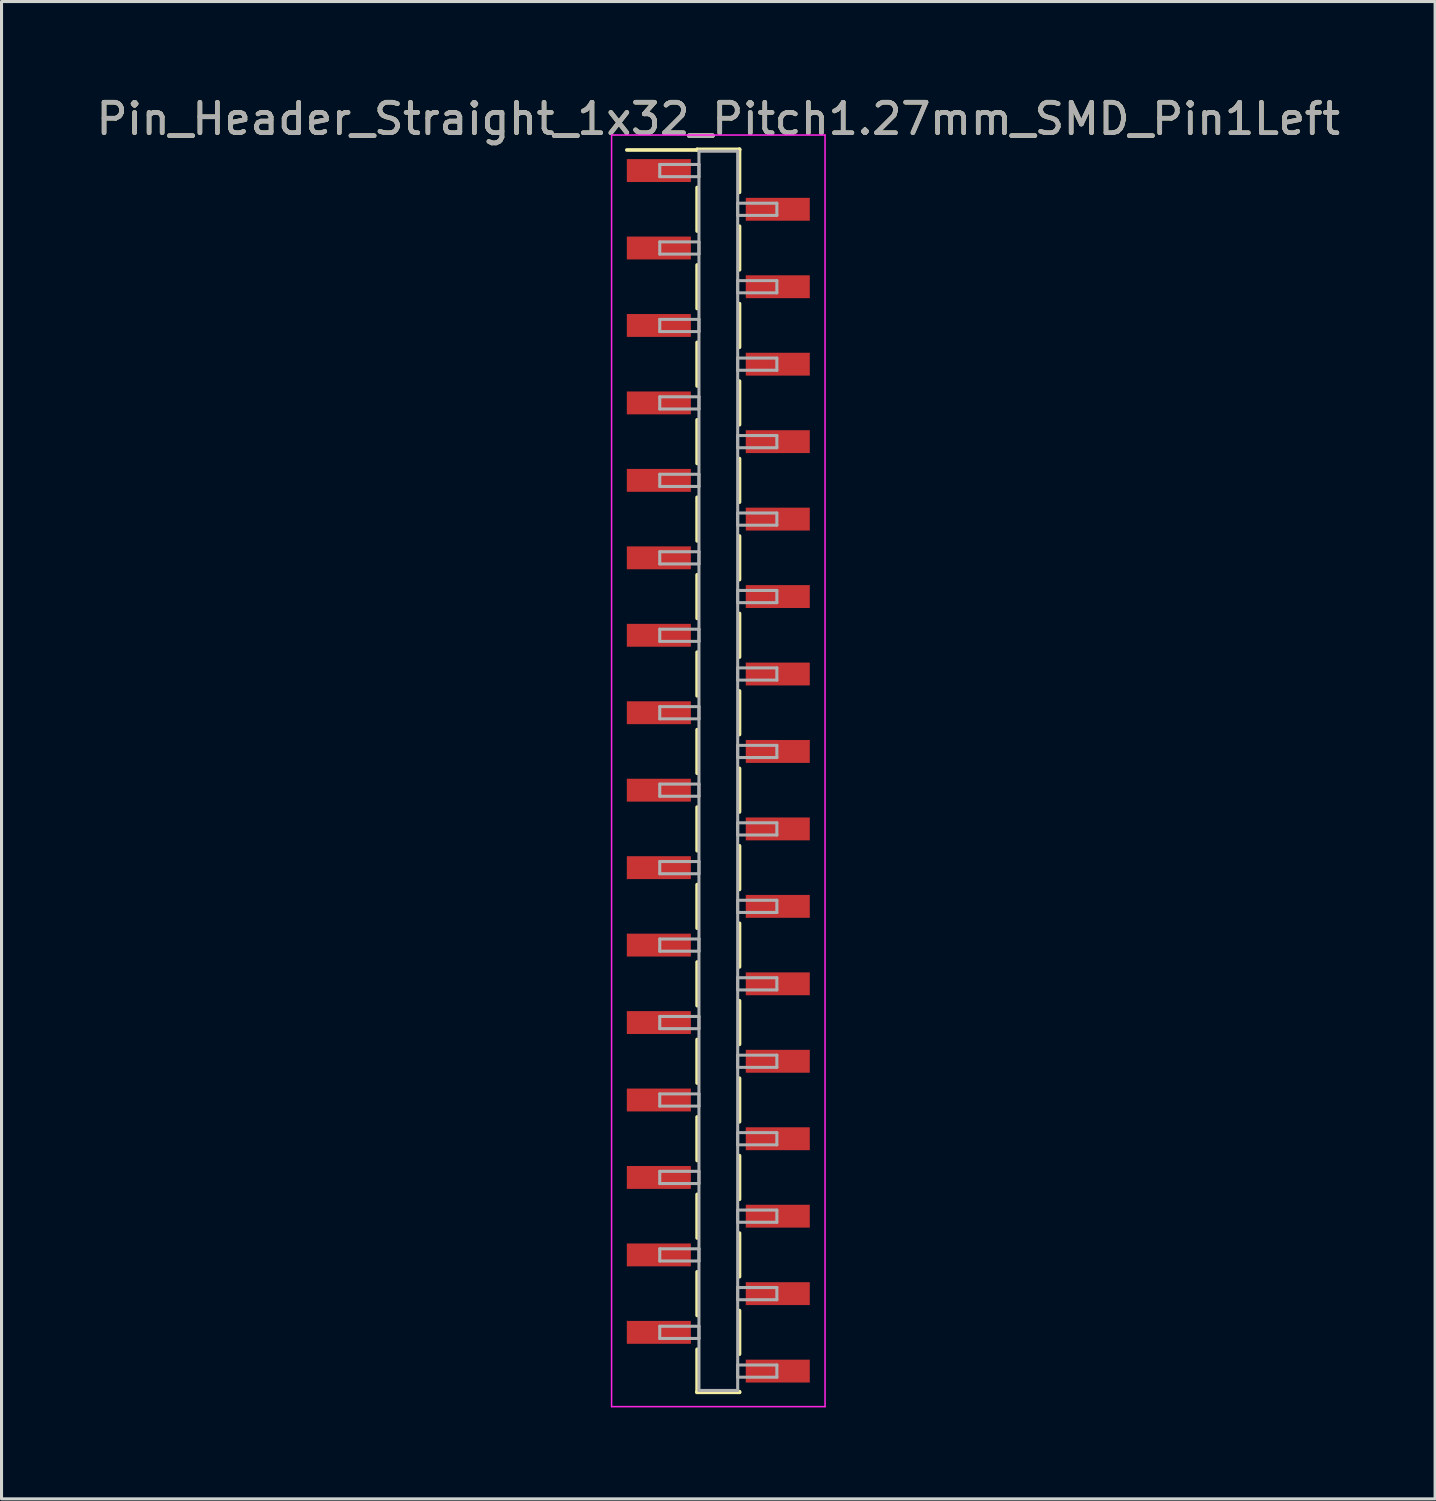
<source format=kicad_pcb>
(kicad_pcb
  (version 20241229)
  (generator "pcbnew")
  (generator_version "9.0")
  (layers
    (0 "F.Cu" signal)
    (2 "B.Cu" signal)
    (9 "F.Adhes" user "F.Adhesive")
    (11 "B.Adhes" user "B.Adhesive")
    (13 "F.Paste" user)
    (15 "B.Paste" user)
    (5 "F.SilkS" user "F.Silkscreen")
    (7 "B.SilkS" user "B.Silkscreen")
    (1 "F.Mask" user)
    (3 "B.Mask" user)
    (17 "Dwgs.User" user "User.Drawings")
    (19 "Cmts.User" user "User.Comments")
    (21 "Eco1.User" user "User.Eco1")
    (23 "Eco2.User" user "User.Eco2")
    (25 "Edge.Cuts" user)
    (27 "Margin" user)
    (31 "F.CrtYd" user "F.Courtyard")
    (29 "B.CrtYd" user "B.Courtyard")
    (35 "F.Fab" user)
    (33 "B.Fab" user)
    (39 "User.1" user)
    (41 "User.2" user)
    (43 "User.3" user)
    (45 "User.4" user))
  (footprint "Pin_Header_Straight_1x32_Pitch1.27mm_SMD_Pin1Left"
    (layer "F.Cu")
    (at 20.506 22.228)
    (property "Reference" "Pin_Header_Straight_1x32_Pitch1.27mm_SMD_Pin1Left" (at 0 -21.38 0) (layer "F.SilkS") (effects (font (size 1 1) (thickness 0.15))))
    (attr smd)
    (fp_line (start -0.695 -20.38) (end 0.695 -20.38) (stroke (width 0.12) (type solid)) (layer "F.SilkS"))
    (fp_line (start -0.695 -20.36) (end -3 -20.36) (stroke (width 0.12) (type solid)) (layer "F.SilkS"))
    (fp_line (start -0.695 -20.36) (end -0.695 -20.38) (stroke (width 0.12) (type solid)) (layer "F.SilkS"))
    (fp_line (start -0.695 -19.13) (end -0.695 -17.7) (stroke (width 0.12) (type solid)) (layer "F.SilkS"))
    (fp_line (start -0.695 -16.59) (end -0.695 -15.16) (stroke (width 0.12) (type solid)) (layer "F.SilkS"))
    (fp_line (start -0.695 -14.05) (end -0.695 -12.62) (stroke (width 0.12) (type solid)) (layer "F.SilkS"))
    (fp_line (start -0.695 -11.51) (end -0.695 -10.08) (stroke (width 0.12) (type solid)) (layer "F.SilkS"))
    (fp_line (start -0.695 -8.97) (end -0.695 -7.54) (stroke (width 0.12) (type solid)) (layer "F.SilkS"))
    (fp_line (start -0.695 -6.43) (end -0.695 -5) (stroke (width 0.12) (type solid)) (layer "F.SilkS"))
    (fp_line (start -0.695 -3.89) (end -0.695 -2.46) (stroke (width 0.12) (type solid)) (layer "F.SilkS"))
    (fp_line (start -0.695 -1.35) (end -0.695 0.08) (stroke (width 0.12) (type solid)) (layer "F.SilkS"))
    (fp_line (start -0.695 1.19) (end -0.695 2.62) (stroke (width 0.12) (type solid)) (layer "F.SilkS"))
    (fp_line (start -0.695 3.73) (end -0.695 5.16) (stroke (width 0.12) (type solid)) (layer "F.SilkS"))
    (fp_line (start -0.695 6.27) (end -0.695 7.7) (stroke (width 0.12) (type solid)) (layer "F.SilkS"))
    (fp_line (start -0.695 8.81) (end -0.695 10.24) (stroke (width 0.12) (type solid)) (layer "F.SilkS"))
    (fp_line (start -0.695 11.35) (end -0.695 12.78) (stroke (width 0.12) (type solid)) (layer "F.SilkS"))
    (fp_line (start -0.695 13.89) (end -0.695 15.32) (stroke (width 0.12) (type solid)) (layer "F.SilkS"))
    (fp_line (start -0.695 16.43) (end -0.695 17.86) (stroke (width 0.12) (type solid)) (layer "F.SilkS"))
    (fp_line (start -0.695 18.97) (end -0.695 20.38) (stroke (width 0.12) (type solid)) (layer "F.SilkS"))
    (fp_line (start -0.695 20.36) (end -0.695 20.38) (stroke (width 0.12) (type solid)) (layer "F.SilkS"))
    (fp_line (start -0.695 20.38) (end 0.695 20.38) (stroke (width 0.12) (type solid)) (layer "F.SilkS"))
    (fp_line (start 0.695 -20.38) (end 0.695 -20.36) (stroke (width 0.12) (type solid)) (layer "F.SilkS"))
    (fp_line (start 0.695 -20.38) (end 0.695 -18.97) (stroke (width 0.12) (type solid)) (layer "F.SilkS"))
    (fp_line (start 0.695 -17.86) (end 0.695 -16.43) (stroke (width 0.12) (type solid)) (layer "F.SilkS"))
    (fp_line (start 0.695 -15.32) (end 0.695 -13.89) (stroke (width 0.12) (type solid)) (layer "F.SilkS"))
    (fp_line (start 0.695 -12.78) (end 0.695 -11.35) (stroke (width 0.12) (type solid)) (layer "F.SilkS"))
    (fp_line (start 0.695 -10.24) (end 0.695 -8.81) (stroke (width 0.12) (type solid)) (layer "F.SilkS"))
    (fp_line (start 0.695 -7.7) (end 0.695 -6.27) (stroke (width 0.12) (type solid)) (layer "F.SilkS"))
    (fp_line (start 0.695 -5.16) (end 0.695 -3.73) (stroke (width 0.12) (type solid)) (layer "F.SilkS"))
    (fp_line (start 0.695 -2.62) (end 0.695 -1.19) (stroke (width 0.12) (type solid)) (layer "F.SilkS"))
    (fp_line (start 0.695 -0.08) (end 0.695 1.35) (stroke (width 0.12) (type solid)) (layer "F.SilkS"))
    (fp_line (start 0.695 2.46) (end 0.695 3.89) (stroke (width 0.12) (type solid)) (layer "F.SilkS"))
    (fp_line (start 0.695 5) (end 0.695 6.43) (stroke (width 0.12) (type solid)) (layer "F.SilkS"))
    (fp_line (start 0.695 7.54) (end 0.695 8.97) (stroke (width 0.12) (type solid)) (layer "F.SilkS"))
    (fp_line (start 0.695 10.08) (end 0.695 11.51) (stroke (width 0.12) (type solid)) (layer "F.SilkS"))
    (fp_line (start 0.695 12.62) (end 0.695 14.05) (stroke (width 0.12) (type solid)) (layer "F.SilkS"))
    (fp_line (start 0.695 15.16) (end 0.695 16.59) (stroke (width 0.12) (type solid)) (layer "F.SilkS"))
    (fp_line (start 0.695 17.7) (end 0.695 19.13) (stroke (width 0.12) (type solid)) (layer "F.SilkS"))
    (fp_line (start 0.695 20.38) (end 0.695 20.36) (stroke (width 0.12) (type solid)) (layer "F.SilkS"))
    (fp_line (start -3.5 -20.85) (end -3.5 20.85) (stroke (width 0.05) (type solid)) (layer "F.CrtYd"))
    (fp_line (start -3.5 20.85) (end 3.5 20.85) (stroke (width 0.05) (type solid)) (layer "F.CrtYd"))
    (fp_line (start 3.5 -20.85) (end -3.5 -20.85) (stroke (width 0.05) (type solid)) (layer "F.CrtYd"))
    (fp_line (start 3.5 20.85) (end 3.5 -20.85) (stroke (width 0.05) (type solid)) (layer "F.CrtYd"))
    (fp_line (start -1.92 -19.885) (end -0.635 -19.885) (stroke (width 0.1) (type solid)) (layer "F.Fab"))
    (fp_line (start -1.92 -19.485) (end -1.92 -19.885) (stroke (width 0.1) (type solid)) (layer "F.Fab"))
    (fp_line (start -1.92 -17.345) (end -0.635 -17.345) (stroke (width 0.1) (type solid)) (layer "F.Fab"))
    (fp_line (start -1.92 -16.945) (end -1.92 -17.345) (stroke (width 0.1) (type solid)) (layer "F.Fab"))
    (fp_line (start -1.92 -14.805) (end -0.635 -14.805) (stroke (width 0.1) (type solid)) (layer "F.Fab"))
    (fp_line (start -1.92 -14.405) (end -1.92 -14.805) (stroke (width 0.1) (type solid)) (layer "F.Fab"))
    (fp_line (start -1.92 -12.265) (end -0.635 -12.265) (stroke (width 0.1) (type solid)) (layer "F.Fab"))
    (fp_line (start -1.92 -11.865) (end -1.92 -12.265) (stroke (width 0.1) (type solid)) (layer "F.Fab"))
    (fp_line (start -1.92 -9.725) (end -0.635 -9.725) (stroke (width 0.1) (type solid)) (layer "F.Fab"))
    (fp_line (start -1.92 -9.325) (end -1.92 -9.725) (stroke (width 0.1) (type solid)) (layer "F.Fab"))
    (fp_line (start -1.92 -7.185) (end -0.635 -7.185) (stroke (width 0.1) (type solid)) (layer "F.Fab"))
    (fp_line (start -1.92 -6.785) (end -1.92 -7.185) (stroke (width 0.1) (type solid)) (layer "F.Fab"))
    (fp_line (start -1.92 -4.645) (end -0.635 -4.645) (stroke (width 0.1) (type solid)) (layer "F.Fab"))
    (fp_line (start -1.92 -4.245) (end -1.92 -4.645) (stroke (width 0.1) (type solid)) (layer "F.Fab"))
    (fp_line (start -1.92 -2.105) (end -0.635 -2.105) (stroke (width 0.1) (type solid)) (layer "F.Fab"))
    (fp_line (start -1.92 -1.705) (end -1.92 -2.105) (stroke (width 0.1) (type solid)) (layer "F.Fab"))
    (fp_line (start -1.92 0.435) (end -0.635 0.435) (stroke (width 0.1) (type solid)) (layer "F.Fab"))
    (fp_line (start -1.92 0.835) (end -1.92 0.435) (stroke (width 0.1) (type solid)) (layer "F.Fab"))
    (fp_line (start -1.92 2.975) (end -0.635 2.975) (stroke (width 0.1) (type solid)) (layer "F.Fab"))
    (fp_line (start -1.92 3.375) (end -1.92 2.975) (stroke (width 0.1) (type solid)) (layer "F.Fab"))
    (fp_line (start -1.92 5.515) (end -0.635 5.515) (stroke (width 0.1) (type solid)) (layer "F.Fab"))
    (fp_line (start -1.92 5.915) (end -1.92 5.515) (stroke (width 0.1) (type solid)) (layer "F.Fab"))
    (fp_line (start -1.92 8.055) (end -0.635 8.055) (stroke (width 0.1) (type solid)) (layer "F.Fab"))
    (fp_line (start -1.92 8.455) (end -1.92 8.055) (stroke (width 0.1) (type solid)) (layer "F.Fab"))
    (fp_line (start -1.92 10.595) (end -0.635 10.595) (stroke (width 0.1) (type solid)) (layer "F.Fab"))
    (fp_line (start -1.92 10.995) (end -1.92 10.595) (stroke (width 0.1) (type solid)) (layer "F.Fab"))
    (fp_line (start -1.92 13.135) (end -0.635 13.135) (stroke (width 0.1) (type solid)) (layer "F.Fab"))
    (fp_line (start -1.92 13.535) (end -1.92 13.135) (stroke (width 0.1) (type solid)) (layer "F.Fab"))
    (fp_line (start -1.92 15.675) (end -0.635 15.675) (stroke (width 0.1) (type solid)) (layer "F.Fab"))
    (fp_line (start -1.92 16.075) (end -1.92 15.675) (stroke (width 0.1) (type solid)) (layer "F.Fab"))
    (fp_line (start -1.92 18.215) (end -0.635 18.215) (stroke (width 0.1) (type solid)) (layer "F.Fab"))
    (fp_line (start -1.92 18.615) (end -1.92 18.215) (stroke (width 0.1) (type solid)) (layer "F.Fab"))
    (fp_line (start -0.635 -20.32) (end -0.635 20.32) (stroke (width 0.1) (type solid)) (layer "F.Fab"))
    (fp_line (start -0.635 -19.885) (end -0.635 -19.485) (stroke (width 0.1) (type solid)) (layer "F.Fab"))
    (fp_line (start -0.635 -19.485) (end -1.92 -19.485) (stroke (width 0.1) (type solid)) (layer "F.Fab"))
    (fp_line (start -0.635 -17.345) (end -0.635 -16.945) (stroke (width 0.1) (type solid)) (layer "F.Fab"))
    (fp_line (start -0.635 -16.945) (end -1.92 -16.945) (stroke (width 0.1) (type solid)) (layer "F.Fab"))
    (fp_line (start -0.635 -14.805) (end -0.635 -14.405) (stroke (width 0.1) (type solid)) (layer "F.Fab"))
    (fp_line (start -0.635 -14.405) (end -1.92 -14.405) (stroke (width 0.1) (type solid)) (layer "F.Fab"))
    (fp_line (start -0.635 -12.265) (end -0.635 -11.865) (stroke (width 0.1) (type solid)) (layer "F.Fab"))
    (fp_line (start -0.635 -11.865) (end -1.92 -11.865) (stroke (width 0.1) (type solid)) (layer "F.Fab"))
    (fp_line (start -0.635 -9.725) (end -0.635 -9.325) (stroke (width 0.1) (type solid)) (layer "F.Fab"))
    (fp_line (start -0.635 -9.325) (end -1.92 -9.325) (stroke (width 0.1) (type solid)) (layer "F.Fab"))
    (fp_line (start -0.635 -7.185) (end -0.635 -6.785) (stroke (width 0.1) (type solid)) (layer "F.Fab"))
    (fp_line (start -0.635 -6.785) (end -1.92 -6.785) (stroke (width 0.1) (type solid)) (layer "F.Fab"))
    (fp_line (start -0.635 -4.645) (end -0.635 -4.245) (stroke (width 0.1) (type solid)) (layer "F.Fab"))
    (fp_line (start -0.635 -4.245) (end -1.92 -4.245) (stroke (width 0.1) (type solid)) (layer "F.Fab"))
    (fp_line (start -0.635 -2.105) (end -0.635 -1.705) (stroke (width 0.1) (type solid)) (layer "F.Fab"))
    (fp_line (start -0.635 -1.705) (end -1.92 -1.705) (stroke (width 0.1) (type solid)) (layer "F.Fab"))
    (fp_line (start -0.635 0.435) (end -0.635 0.835) (stroke (width 0.1) (type solid)) (layer "F.Fab"))
    (fp_line (start -0.635 0.835) (end -1.92 0.835) (stroke (width 0.1) (type solid)) (layer "F.Fab"))
    (fp_line (start -0.635 2.975) (end -0.635 3.375) (stroke (width 0.1) (type solid)) (layer "F.Fab"))
    (fp_line (start -0.635 3.375) (end -1.92 3.375) (stroke (width 0.1) (type solid)) (layer "F.Fab"))
    (fp_line (start -0.635 5.515) (end -0.635 5.915) (stroke (width 0.1) (type solid)) (layer "F.Fab"))
    (fp_line (start -0.635 5.915) (end -1.92 5.915) (stroke (width 0.1) (type solid)) (layer "F.Fab"))
    (fp_line (start -0.635 8.055) (end -0.635 8.455) (stroke (width 0.1) (type solid)) (layer "F.Fab"))
    (fp_line (start -0.635 8.455) (end -1.92 8.455) (stroke (width 0.1) (type solid)) (layer "F.Fab"))
    (fp_line (start -0.635 10.595) (end -0.635 10.995) (stroke (width 0.1) (type solid)) (layer "F.Fab"))
    (fp_line (start -0.635 10.995) (end -1.92 10.995) (stroke (width 0.1) (type solid)) (layer "F.Fab"))
    (fp_line (start -0.635 13.135) (end -0.635 13.535) (stroke (width 0.1) (type solid)) (layer "F.Fab"))
    (fp_line (start -0.635 13.535) (end -1.92 13.535) (stroke (width 0.1) (type solid)) (layer "F.Fab"))
    (fp_line (start -0.635 15.675) (end -0.635 16.075) (stroke (width 0.1) (type solid)) (layer "F.Fab"))
    (fp_line (start -0.635 16.075) (end -1.92 16.075) (stroke (width 0.1) (type solid)) (layer "F.Fab"))
    (fp_line (start -0.635 18.215) (end -0.635 18.615) (stroke (width 0.1) (type solid)) (layer "F.Fab"))
    (fp_line (start -0.635 18.615) (end -1.92 18.615) (stroke (width 0.1) (type solid)) (layer "F.Fab"))
    (fp_line (start -0.635 20.32) (end 0.635 20.32) (stroke (width 0.1) (type solid)) (layer "F.Fab"))
    (fp_line (start 0.635 -20.32) (end -0.635 -20.32) (stroke (width 0.1) (type solid)) (layer "F.Fab"))
    (fp_line (start 0.635 -18.615) (end 0.635 -18.215) (stroke (width 0.1) (type solid)) (layer "F.Fab"))
    (fp_line (start 0.635 -18.215) (end 1.92 -18.215) (stroke (width 0.1) (type solid)) (layer "F.Fab"))
    (fp_line (start 0.635 -16.075) (end 0.635 -15.675) (stroke (width 0.1) (type solid)) (layer "F.Fab"))
    (fp_line (start 0.635 -15.675) (end 1.92 -15.675) (stroke (width 0.1) (type solid)) (layer "F.Fab"))
    (fp_line (start 0.635 -13.535) (end 0.635 -13.135) (stroke (width 0.1) (type solid)) (layer "F.Fab"))
    (fp_line (start 0.635 -13.135) (end 1.92 -13.135) (stroke (width 0.1) (type solid)) (layer "F.Fab"))
    (fp_line (start 0.635 -10.995) (end 0.635 -10.595) (stroke (width 0.1) (type solid)) (layer "F.Fab"))
    (fp_line (start 0.635 -10.595) (end 1.92 -10.595) (stroke (width 0.1) (type solid)) (layer "F.Fab"))
    (fp_line (start 0.635 -8.455) (end 0.635 -8.055) (stroke (width 0.1) (type solid)) (layer "F.Fab"))
    (fp_line (start 0.635 -8.055) (end 1.92 -8.055) (stroke (width 0.1) (type solid)) (layer "F.Fab"))
    (fp_line (start 0.635 -5.915) (end 0.635 -5.515) (stroke (width 0.1) (type solid)) (layer "F.Fab"))
    (fp_line (start 0.635 -5.515) (end 1.92 -5.515) (stroke (width 0.1) (type solid)) (layer "F.Fab"))
    (fp_line (start 0.635 -3.375) (end 0.635 -2.975) (stroke (width 0.1) (type solid)) (layer "F.Fab"))
    (fp_line (start 0.635 -2.975) (end 1.92 -2.975) (stroke (width 0.1) (type solid)) (layer "F.Fab"))
    (fp_line (start 0.635 -0.835) (end 0.635 -0.435) (stroke (width 0.1) (type solid)) (layer "F.Fab"))
    (fp_line (start 0.635 -0.435) (end 1.92 -0.435) (stroke (width 0.1) (type solid)) (layer "F.Fab"))
    (fp_line (start 0.635 1.705) (end 0.635 2.105) (stroke (width 0.1) (type solid)) (layer "F.Fab"))
    (fp_line (start 0.635 2.105) (end 1.92 2.105) (stroke (width 0.1) (type solid)) (layer "F.Fab"))
    (fp_line (start 0.635 4.245) (end 0.635 4.645) (stroke (width 0.1) (type solid)) (layer "F.Fab"))
    (fp_line (start 0.635 4.645) (end 1.92 4.645) (stroke (width 0.1) (type solid)) (layer "F.Fab"))
    (fp_line (start 0.635 6.785) (end 0.635 7.185) (stroke (width 0.1) (type solid)) (layer "F.Fab"))
    (fp_line (start 0.635 7.185) (end 1.92 7.185) (stroke (width 0.1) (type solid)) (layer "F.Fab"))
    (fp_line (start 0.635 9.325) (end 0.635 9.725) (stroke (width 0.1) (type solid)) (layer "F.Fab"))
    (fp_line (start 0.635 9.725) (end 1.92 9.725) (stroke (width 0.1) (type solid)) (layer "F.Fab"))
    (fp_line (start 0.635 11.865) (end 0.635 12.265) (stroke (width 0.1) (type solid)) (layer "F.Fab"))
    (fp_line (start 0.635 12.265) (end 1.92 12.265) (stroke (width 0.1) (type solid)) (layer "F.Fab"))
    (fp_line (start 0.635 14.405) (end 0.635 14.805) (stroke (width 0.1) (type solid)) (layer "F.Fab"))
    (fp_line (start 0.635 14.805) (end 1.92 14.805) (stroke (width 0.1) (type solid)) (layer "F.Fab"))
    (fp_line (start 0.635 16.945) (end 0.635 17.345) (stroke (width 0.1) (type solid)) (layer "F.Fab"))
    (fp_line (start 0.635 17.345) (end 1.92 17.345) (stroke (width 0.1) (type solid)) (layer "F.Fab"))
    (fp_line (start 0.635 19.485) (end 0.635 19.885) (stroke (width 0.1) (type solid)) (layer "F.Fab"))
    (fp_line (start 0.635 19.885) (end 1.92 19.885) (stroke (width 0.1) (type solid)) (layer "F.Fab"))
    (fp_line (start 0.635 20.32) (end 0.635 -20.32) (stroke (width 0.1) (type solid)) (layer "F.Fab"))
    (fp_line (start 1.92 -18.615) (end 0.635 -18.615) (stroke (width 0.1) (type solid)) (layer "F.Fab"))
    (fp_line (start 1.92 -18.215) (end 1.92 -18.615) (stroke (width 0.1) (type solid)) (layer "F.Fab"))
    (fp_line (start 1.92 -16.075) (end 0.635 -16.075) (stroke (width 0.1) (type solid)) (layer "F.Fab"))
    (fp_line (start 1.92 -15.675) (end 1.92 -16.075) (stroke (width 0.1) (type solid)) (layer "F.Fab"))
    (fp_line (start 1.92 -13.535) (end 0.635 -13.535) (stroke (width 0.1) (type solid)) (layer "F.Fab"))
    (fp_line (start 1.92 -13.135) (end 1.92 -13.535) (stroke (width 0.1) (type solid)) (layer "F.Fab"))
    (fp_line (start 1.92 -10.995) (end 0.635 -10.995) (stroke (width 0.1) (type solid)) (layer "F.Fab"))
    (fp_line (start 1.92 -10.595) (end 1.92 -10.995) (stroke (width 0.1) (type solid)) (layer "F.Fab"))
    (fp_line (start 1.92 -8.455) (end 0.635 -8.455) (stroke (width 0.1) (type solid)) (layer "F.Fab"))
    (fp_line (start 1.92 -8.055) (end 1.92 -8.455) (stroke (width 0.1) (type solid)) (layer "F.Fab"))
    (fp_line (start 1.92 -5.915) (end 0.635 -5.915) (stroke (width 0.1) (type solid)) (layer "F.Fab"))
    (fp_line (start 1.92 -5.515) (end 1.92 -5.915) (stroke (width 0.1) (type solid)) (layer "F.Fab"))
    (fp_line (start 1.92 -3.375) (end 0.635 -3.375) (stroke (width 0.1) (type solid)) (layer "F.Fab"))
    (fp_line (start 1.92 -2.975) (end 1.92 -3.375) (stroke (width 0.1) (type solid)) (layer "F.Fab"))
    (fp_line (start 1.92 -0.835) (end 0.635 -0.835) (stroke (width 0.1) (type solid)) (layer "F.Fab"))
    (fp_line (start 1.92 -0.435) (end 1.92 -0.835) (stroke (width 0.1) (type solid)) (layer "F.Fab"))
    (fp_line (start 1.92 1.705) (end 0.635 1.705) (stroke (width 0.1) (type solid)) (layer "F.Fab"))
    (fp_line (start 1.92 2.105) (end 1.92 1.705) (stroke (width 0.1) (type solid)) (layer "F.Fab"))
    (fp_line (start 1.92 4.245) (end 0.635 4.245) (stroke (width 0.1) (type solid)) (layer "F.Fab"))
    (fp_line (start 1.92 4.645) (end 1.92 4.245) (stroke (width 0.1) (type solid)) (layer "F.Fab"))
    (fp_line (start 1.92 6.785) (end 0.635 6.785) (stroke (width 0.1) (type solid)) (layer "F.Fab"))
    (fp_line (start 1.92 7.185) (end 1.92 6.785) (stroke (width 0.1) (type solid)) (layer "F.Fab"))
    (fp_line (start 1.92 9.325) (end 0.635 9.325) (stroke (width 0.1) (type solid)) (layer "F.Fab"))
    (fp_line (start 1.92 9.725) (end 1.92 9.325) (stroke (width 0.1) (type solid)) (layer "F.Fab"))
    (fp_line (start 1.92 11.865) (end 0.635 11.865) (stroke (width 0.1) (type solid)) (layer "F.Fab"))
    (fp_line (start 1.92 12.265) (end 1.92 11.865) (stroke (width 0.1) (type solid)) (layer "F.Fab"))
    (fp_line (start 1.92 14.405) (end 0.635 14.405) (stroke (width 0.1) (type solid)) (layer "F.Fab"))
    (fp_line (start 1.92 14.805) (end 1.92 14.405) (stroke (width 0.1) (type solid)) (layer "F.Fab"))
    (fp_line (start 1.92 16.945) (end 0.635 16.945) (stroke (width 0.1) (type solid)) (layer "F.Fab"))
    (fp_line (start 1.92 17.345) (end 1.92 16.945) (stroke (width 0.1) (type solid)) (layer "F.Fab"))
    (fp_line (start 1.92 19.485) (end 0.635 19.485) (stroke (width 0.1) (type solid)) (layer "F.Fab"))
    (fp_line (start 1.92 19.885) (end 1.92 19.485) (stroke (width 0.1) (type solid)) (layer "F.Fab"))
    (fp_text user "${REFERENCE}" (at 0 -21.38 0) (layer "F.Fab") (effects (font (size 1 1) (thickness 0.15))))
    (pad "1" smd rect (at -1.95 -19.685) (size 2.1 0.75) (layers "F.Cu" "F.Mask" "F.Paste"))
    (pad "2" smd rect (at 1.95 -18.415) (size 2.1 0.75) (layers "F.Cu" "F.Mask" "F.Paste"))
    (pad "3" smd rect (at -1.95 -17.145) (size 2.1 0.75) (layers "F.Cu" "F.Mask" "F.Paste"))
    (pad "4" smd rect (at 1.95 -15.875) (size 2.1 0.75) (layers "F.Cu" "F.Mask" "F.Paste"))
    (pad "5" smd rect (at -1.95 -14.605) (size 2.1 0.75) (layers "F.Cu" "F.Mask" "F.Paste"))
    (pad "6" smd rect (at 1.95 -13.335) (size 2.1 0.75) (layers "F.Cu" "F.Mask" "F.Paste"))
    (pad "7" smd rect (at -1.95 -12.065) (size 2.1 0.75) (layers "F.Cu" "F.Mask" "F.Paste"))
    (pad "8" smd rect (at 1.95 -10.795) (size 2.1 0.75) (layers "F.Cu" "F.Mask" "F.Paste"))
    (pad "9" smd rect (at -1.95 -9.525) (size 2.1 0.75) (layers "F.Cu" "F.Mask" "F.Paste"))
    (pad "10" smd rect (at 1.95 -8.255) (size 2.1 0.75) (layers "F.Cu" "F.Mask" "F.Paste"))
    (pad "11" smd rect (at -1.95 -6.985) (size 2.1 0.75) (layers "F.Cu" "F.Mask" "F.Paste"))
    (pad "12" smd rect (at 1.95 -5.715) (size 2.1 0.75) (layers "F.Cu" "F.Mask" "F.Paste"))
    (pad "13" smd rect (at -1.95 -4.445) (size 2.1 0.75) (layers "F.Cu" "F.Mask" "F.Paste"))
    (pad "14" smd rect (at 1.95 -3.175) (size 2.1 0.75) (layers "F.Cu" "F.Mask" "F.Paste"))
    (pad "15" smd rect (at -1.95 -1.905) (size 2.1 0.75) (layers "F.Cu" "F.Mask" "F.Paste"))
    (pad "16" smd rect (at 1.95 -0.635) (size 2.1 0.75) (layers "F.Cu" "F.Mask" "F.Paste"))
    (pad "17" smd rect (at -1.95 0.635) (size 2.1 0.75) (layers "F.Cu" "F.Mask" "F.Paste"))
    (pad "18" smd rect (at 1.95 1.905) (size 2.1 0.75) (layers "F.Cu" "F.Mask" "F.Paste"))
    (pad "19" smd rect (at -1.95 3.175) (size 2.1 0.75) (layers "F.Cu" "F.Mask" "F.Paste"))
    (pad "20" smd rect (at 1.95 4.445) (size 2.1 0.75) (layers "F.Cu" "F.Mask" "F.Paste"))
    (pad "21" smd rect (at -1.95 5.715) (size 2.1 0.75) (layers "F.Cu" "F.Mask" "F.Paste"))
    (pad "22" smd rect (at 1.95 6.985) (size 2.1 0.75) (layers "F.Cu" "F.Mask" "F.Paste"))
    (pad "23" smd rect (at -1.95 8.255) (size 2.1 0.75) (layers "F.Cu" "F.Mask" "F.Paste"))
    (pad "24" smd rect (at 1.95 9.525) (size 2.1 0.75) (layers "F.Cu" "F.Mask" "F.Paste"))
    (pad "25" smd rect (at -1.95 10.795) (size 2.1 0.75) (layers "F.Cu" "F.Mask" "F.Paste"))
    (pad "26" smd rect (at 1.95 12.065) (size 2.1 0.75) (layers "F.Cu" "F.Mask" "F.Paste"))
    (pad "27" smd rect (at -1.95 13.335) (size 2.1 0.75) (layers "F.Cu" "F.Mask" "F.Paste"))
    (pad "28" smd rect (at 1.95 14.605) (size 2.1 0.75) (layers "F.Cu" "F.Mask" "F.Paste"))
    (pad "29" smd rect (at -1.95 15.875) (size 2.1 0.75) (layers "F.Cu" "F.Mask" "F.Paste"))
    (pad "30" smd rect (at 1.95 17.145) (size 2.1 0.75) (layers "F.Cu" "F.Mask" "F.Paste"))
    (pad "31" smd rect (at -1.95 18.415) (size 2.1 0.75) (layers "F.Cu" "F.Mask" "F.Paste"))
    (pad "32" smd rect (at 1.95 19.685) (size 2.1 0.75) (layers "F.Cu" "F.Mask" "F.Paste")))
  (gr_rect
    (start -3 -3)
    (end 44.012 46.103)
    (stroke (width 0.1) (type default))
    (fill no)
    (layer "Edge.Cuts")))
</source>
